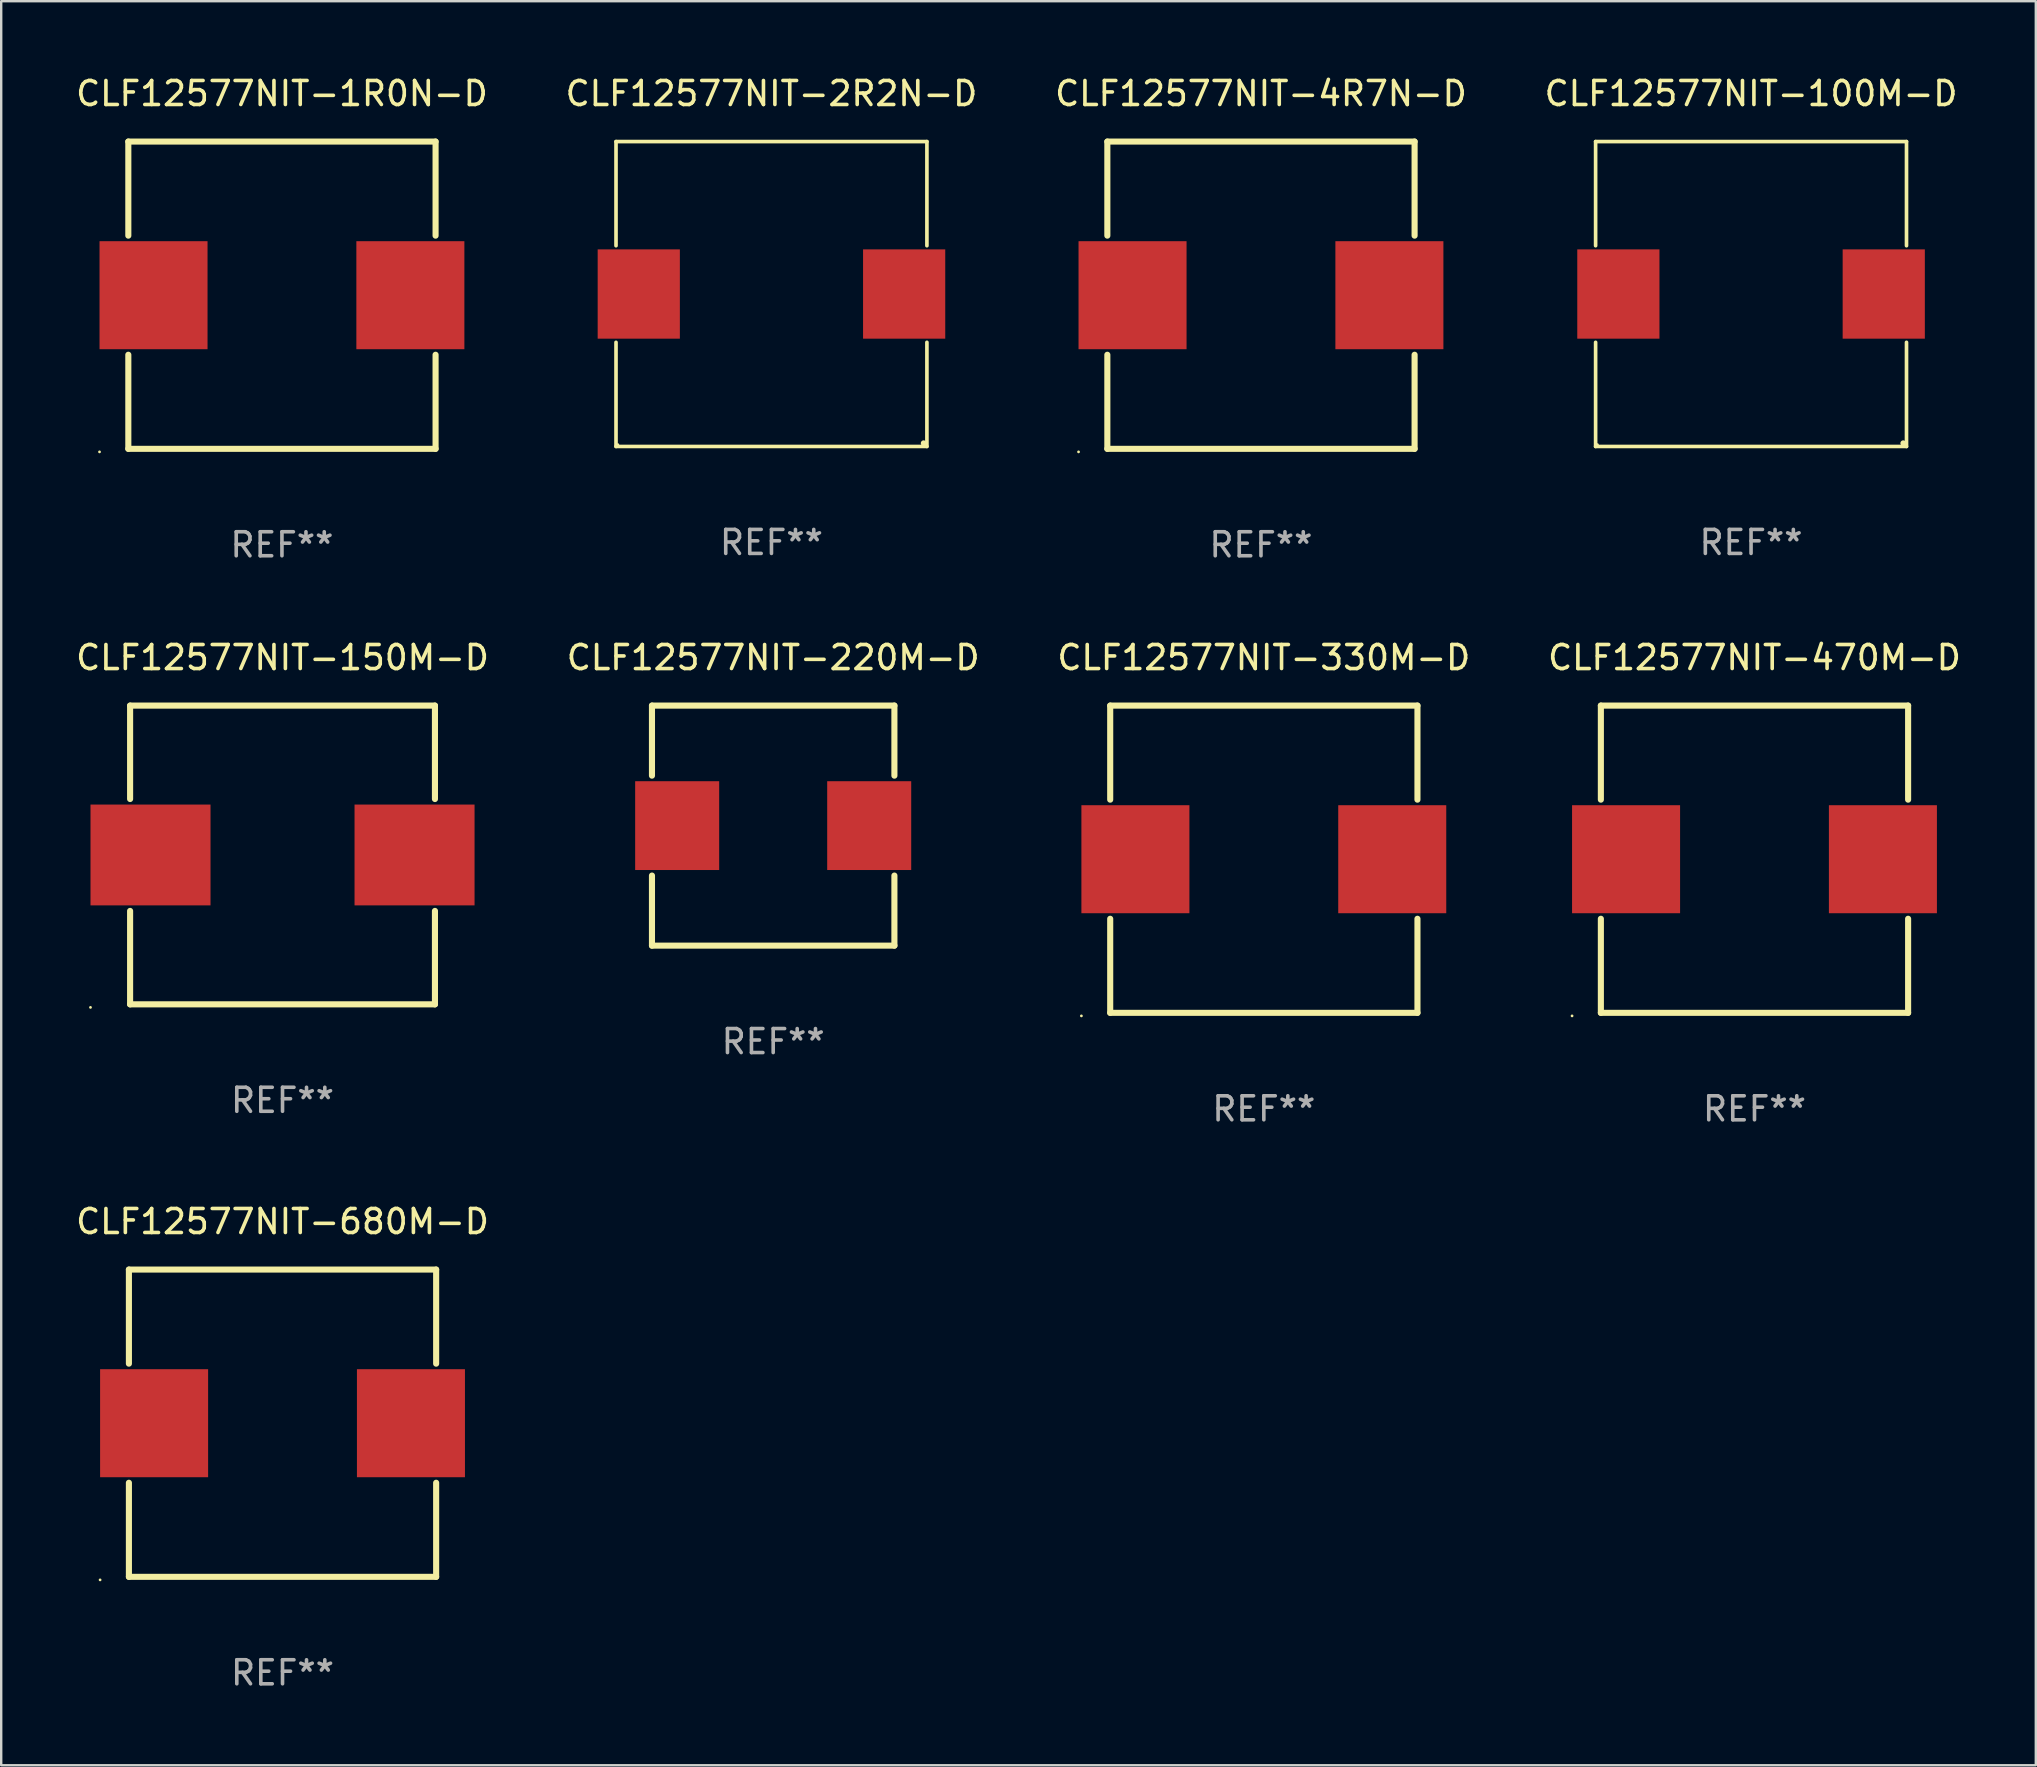
<source format=kicad_pcb>
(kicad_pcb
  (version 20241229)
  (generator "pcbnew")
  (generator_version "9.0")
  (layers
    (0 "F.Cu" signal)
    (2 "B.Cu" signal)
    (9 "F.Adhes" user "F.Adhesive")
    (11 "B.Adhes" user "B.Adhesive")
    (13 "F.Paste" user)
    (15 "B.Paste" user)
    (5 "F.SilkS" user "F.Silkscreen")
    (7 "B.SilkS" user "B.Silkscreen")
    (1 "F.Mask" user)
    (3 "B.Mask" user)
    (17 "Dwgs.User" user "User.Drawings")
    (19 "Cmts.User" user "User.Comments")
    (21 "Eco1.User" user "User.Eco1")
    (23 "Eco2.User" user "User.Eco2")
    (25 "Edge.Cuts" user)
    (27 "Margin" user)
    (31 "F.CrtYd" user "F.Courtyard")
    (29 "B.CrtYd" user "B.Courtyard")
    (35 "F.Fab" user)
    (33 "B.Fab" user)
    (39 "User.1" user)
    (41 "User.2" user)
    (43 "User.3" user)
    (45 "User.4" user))
  (footprint "CLF12577NIT-100M-D"
    (layer "F.Cu")
    (at 69.899 9.199)
    (property "Reference" "CLF12577NIT-100M-D" (at 0 -8.351 0) (layer "F.SilkS") (effects (font (size 1 1) (thickness 0.15))))
    (attr through_hole)
    (fp_line (start -6.476 -6.351) (end 6.476 -6.351) (stroke (width 0.152) (type solid)) (layer "F.SilkS"))
    (fp_line (start -6.476 -2.012) (end -6.476 -6.351) (stroke (width 0.152) (type solid)) (layer "F.SilkS"))
    (fp_line (start -6.476 2.012) (end -6.476 6.351) (stroke (width 0.152) (type solid)) (layer "F.SilkS"))
    (fp_line (start -6.476 6.351) (end 6.476 6.351) (stroke (width 0.152) (type solid)) (layer "F.SilkS"))
    (fp_line (start 6.476 -6.351) (end 6.476 -2.012) (stroke (width 0.152) (type solid)) (layer "F.SilkS"))
    (fp_line (start 6.476 6.351) (end 6.476 2.012) (stroke (width 0.152) (type solid)) (layer "F.SilkS"))
    (fp_circle (center -6.4 6.275) (end -6.37 6.275) (stroke (width 0.06) (type solid)) (fill no) (layer "F.SilkS"))
    (fp_circle (center 6.34 6.215) (end 6.4 6.215) (stroke (width 0.12) (type solid)) (fill no) (layer "F.SilkS"))
    (fp_text user "REF**" (at 0 10.351 0) (layer "F.Fab") (effects (font (size 1 1) (thickness 0.15))))
    (pad "1" smd rect (at 5.528 0) (size 3.424 3.72) (layers "F.Cu" "F.Mask" "F.Paste"))
    (pad "2" smd rect (at -5.528 0) (size 3.424 3.72) (layers "F.Cu" "F.Mask" "F.Paste")))
  (footprint "CLF12577NIT-2R2N-D"
    (layer "F.Cu")
    (at 29.089 9.199)
    (property "Reference" "CLF12577NIT-2R2N-D" (at 0 -8.351 0) (layer "F.SilkS") (effects (font (size 1 1) (thickness 0.15))))
    (attr through_hole)
    (fp_line (start -6.476 -6.351) (end 6.476 -6.351) (stroke (width 0.152) (type solid)) (layer "F.SilkS"))
    (fp_line (start -6.476 -2.012) (end -6.476 -6.351) (stroke (width 0.152) (type solid)) (layer "F.SilkS"))
    (fp_line (start -6.476 2.012) (end -6.476 6.351) (stroke (width 0.152) (type solid)) (layer "F.SilkS"))
    (fp_line (start -6.476 6.351) (end 6.476 6.351) (stroke (width 0.152) (type solid)) (layer "F.SilkS"))
    (fp_line (start 6.476 -6.351) (end 6.476 -2.012) (stroke (width 0.152) (type solid)) (layer "F.SilkS"))
    (fp_line (start 6.476 6.351) (end 6.476 2.012) (stroke (width 0.152) (type solid)) (layer "F.SilkS"))
    (fp_circle (center -6.4 6.275) (end -6.37 6.275) (stroke (width 0.06) (type solid)) (fill no) (layer "F.SilkS"))
    (fp_circle (center 6.34 6.215) (end 6.4 6.215) (stroke (width 0.12) (type solid)) (fill no) (layer "F.SilkS"))
    (fp_text user "REF**" (at 0 10.351 0) (layer "F.Fab") (effects (font (size 1 1) (thickness 0.15))))
    (pad "1" smd rect (at 5.528 0) (size 3.424 3.72) (layers "F.Cu" "F.Mask" "F.Paste"))
    (pad "2" smd rect (at -5.528 0) (size 3.424 3.72) (layers "F.Cu" "F.Mask" "F.Paste")))
  (footprint "CLF12577NIT-680M-D"
    (layer "F.Cu")
    (at 8.72 56.241)
    (property "Reference" "CLF12577NIT-680M-D" (at 0 -8.4 0) (layer "F.SilkS") (effects (font (size 1 1) (thickness 0.15))))
    (attr through_hole)
    (fp_line (start -6.4 -6.4) (end 6.4 -6.4) (stroke (width 0.254) (type solid)) (layer "F.SilkS"))
    (fp_line (start -6.4 -2.481) (end -6.4 -6.4) (stroke (width 0.254) (type solid)) (layer "F.SilkS"))
    (fp_line (start -6.4 6.4) (end -6.4 2.481) (stroke (width 0.254) (type solid)) (layer "F.SilkS"))
    (fp_line (start 6.4 -6.4) (end 6.4 -2.481) (stroke (width 0.254) (type solid)) (layer "F.SilkS"))
    (fp_line (start 6.4 2.481) (end 6.4 6.4) (stroke (width 0.254) (type solid)) (layer "F.SilkS"))
    (fp_line (start 6.4 6.4) (end -6.4 6.4) (stroke (width 0.254) (type solid)) (layer "F.SilkS"))
    (fp_circle (center -7.6 6.527) (end -7.57 6.527) (stroke (width 0.06) (type solid)) (fill no) (layer "F.SilkS"))
    (fp_text user "REF**" (at 0 10.4 0) (layer "F.Fab") (effects (font (size 1 1) (thickness 0.15))))
    (pad "1" smd rect (at -5.35 0) (size 4.5 4.5) (layers "F.Cu" "F.Mask" "F.Paste"))
    (pad "2" smd rect (at 5.35 0) (size 4.5 4.5) (layers "F.Cu" "F.Mask" "F.Paste")))
  (footprint "CLF12577NIT-4R7N-D"
    (layer "F.Cu")
    (at 49.482 9.248)
    (property "Reference" "CLF12577NIT-4R7N-D" (at 0 -8.4 0) (layer "F.SilkS") (effects (font (size 1 1) (thickness 0.15))))
    (attr through_hole)
    (fp_line (start -6.4 -6.4) (end 6.4 -6.4) (stroke (width 0.254) (type solid)) (layer "F.SilkS"))
    (fp_line (start -6.4 -2.481) (end -6.4 -6.4) (stroke (width 0.254) (type solid)) (layer "F.SilkS"))
    (fp_line (start -6.4 6.4) (end -6.4 2.481) (stroke (width 0.254) (type solid)) (layer "F.SilkS"))
    (fp_line (start 6.4 -6.4) (end 6.4 -2.481) (stroke (width 0.254) (type solid)) (layer "F.SilkS"))
    (fp_line (start 6.4 2.481) (end 6.4 6.4) (stroke (width 0.254) (type solid)) (layer "F.SilkS"))
    (fp_line (start 6.4 6.4) (end -6.4 6.4) (stroke (width 0.254) (type solid)) (layer "F.SilkS"))
    (fp_circle (center -7.6 6.527) (end -7.57 6.527) (stroke (width 0.06) (type solid)) (fill no) (layer "F.SilkS"))
    (fp_text user "REF**" (at 0 10.4 0) (layer "F.Fab") (effects (font (size 1 1) (thickness 0.15))))
    (pad "1" smd rect (at -5.35 0) (size 4.5 4.5) (layers "F.Cu" "F.Mask" "F.Paste"))
    (pad "2" smd rect (at 5.35 0) (size 4.5 4.5) (layers "F.Cu" "F.Mask" "F.Paste")))
  (footprint "CLF12577NIT-150M-D"
    (layer "F.Cu")
    (at 8.72 32.568)
    (property "Reference" "CLF12577NIT-150M-D" (at 0 -8.223 0) (layer "F.SilkS") (effects (font (size 1 1) (thickness 0.15))))
    (attr through_hole)
    (fp_line (start -6.35 -6.223) (end -6.35 -2.331) (stroke (width 0.254) (type solid)) (layer "F.SilkS"))
    (fp_line (start -6.35 -6.223) (end 6.35 -6.223) (stroke (width 0.254) (type solid)) (layer "F.SilkS"))
    (fp_line (start -6.35 2.331) (end -6.35 6.223) (stroke (width 0.254) (type solid)) (layer "F.SilkS"))
    (fp_line (start -6.35 6.223) (end 6.35 6.223) (stroke (width 0.254) (type solid)) (layer "F.SilkS"))
    (fp_line (start 6.35 -6.223) (end 6.35 -2.331) (stroke (width 0.254) (type solid)) (layer "F.SilkS"))
    (fp_line (start 6.35 6.223) (end 6.35 2.331) (stroke (width 0.254) (type solid)) (layer "F.SilkS"))
    (fp_circle (center -8 6.35) (end -7.97 6.35) (stroke (width 0.06) (type solid)) (fill no) (layer "F.SilkS"))
    (fp_text user "REF**" (at 0 10.223 0) (layer "F.Fab") (effects (font (size 1 1) (thickness 0.15))))
    (pad "1" smd rect (at -5.5 0) (size 5 4.2) (layers "F.Cu" "F.Mask" "F.Paste"))
    (pad "2" smd rect (at 5.5 0) (size 5 4.2) (layers "F.Cu" "F.Mask" "F.Paste")))
  (footprint "CLF12577NIT-1R0N-D"
    (layer "F.Cu")
    (at 8.696 9.248)
    (property "Reference" "CLF12577NIT-1R0N-D" (at 0 -8.4 0) (layer "F.SilkS") (effects (font (size 1 1) (thickness 0.15))))
    (attr through_hole)
    (fp_line (start -6.4 -6.4) (end 6.4 -6.4) (stroke (width 0.254) (type solid)) (layer "F.SilkS"))
    (fp_line (start -6.4 -2.481) (end -6.4 -6.4) (stroke (width 0.254) (type solid)) (layer "F.SilkS"))
    (fp_line (start -6.4 6.4) (end -6.4 2.481) (stroke (width 0.254) (type solid)) (layer "F.SilkS"))
    (fp_line (start 6.4 -6.4) (end 6.4 -2.481) (stroke (width 0.254) (type solid)) (layer "F.SilkS"))
    (fp_line (start 6.4 2.481) (end 6.4 6.4) (stroke (width 0.254) (type solid)) (layer "F.SilkS"))
    (fp_line (start 6.4 6.4) (end -6.4 6.4) (stroke (width 0.254) (type solid)) (layer "F.SilkS"))
    (fp_circle (center -7.6 6.527) (end -7.57 6.527) (stroke (width 0.06) (type solid)) (fill no) (layer "F.SilkS"))
    (fp_text user "REF**" (at 0 10.4 0) (layer "F.Fab") (effects (font (size 1 1) (thickness 0.15))))
    (pad "1" smd rect (at -5.35 0) (size 4.5 4.5) (layers "F.Cu" "F.Mask" "F.Paste"))
    (pad "2" smd rect (at 5.35 0) (size 4.5 4.5) (layers "F.Cu" "F.Mask" "F.Paste")))
  (footprint "CLF12577NIT-330M-D"
    (layer "F.Cu")
    (at 49.601 32.745)
    (property "Reference" "CLF12577NIT-330M-D" (at 0 -8.4 0) (layer "F.SilkS") (effects (font (size 1 1) (thickness 0.15))))
    (attr through_hole)
    (fp_line (start -6.4 -6.4) (end 6.4 -6.4) (stroke (width 0.254) (type solid)) (layer "F.SilkS"))
    (fp_line (start -6.4 -2.481) (end -6.4 -6.4) (stroke (width 0.254) (type solid)) (layer "F.SilkS"))
    (fp_line (start -6.4 6.4) (end -6.4 2.481) (stroke (width 0.254) (type solid)) (layer "F.SilkS"))
    (fp_line (start 6.4 -6.4) (end 6.4 -2.481) (stroke (width 0.254) (type solid)) (layer "F.SilkS"))
    (fp_line (start 6.4 2.481) (end 6.4 6.4) (stroke (width 0.254) (type solid)) (layer "F.SilkS"))
    (fp_line (start 6.4 6.4) (end -6.4 6.4) (stroke (width 0.254) (type solid)) (layer "F.SilkS"))
    (fp_circle (center -7.6 6.527) (end -7.57 6.527) (stroke (width 0.06) (type solid)) (fill no) (layer "F.SilkS"))
    (fp_text user "REF**" (at 0 10.4 0) (layer "F.Fab") (effects (font (size 1 1) (thickness 0.15))))
    (pad "1" smd rect (at -5.35 0) (size 4.5 4.5) (layers "F.Cu" "F.Mask" "F.Paste"))
    (pad "2" smd rect (at 5.35 0) (size 4.5 4.5) (layers "F.Cu" "F.Mask" "F.Paste")))
  (footprint "CLF12577NIT-220M-D"
    (layer "F.Cu")
    (at 29.161 31.345)
    (property "Reference" "CLF12577NIT-220M-D" (at 0 -7 0) (layer "F.SilkS") (effects (font (size 1 1) (thickness 0.15))))
    (attr through_hole)
    (fp_line (start -5.05 -5) (end 5.05 -5) (stroke (width 0.254) (type solid)) (layer "F.SilkS"))
    (fp_line (start -5.05 -2.081) (end -5.05 -5) (stroke (width 0.254) (type solid)) (layer "F.SilkS"))
    (fp_line (start -5.05 5) (end -5.05 2.081) (stroke (width 0.254) (type solid)) (layer "F.SilkS"))
    (fp_line (start 5.05 -5) (end 5.05 -2.081) (stroke (width 0.254) (type solid)) (layer "F.SilkS"))
    (fp_line (start 5.05 2.081) (end 5.05 5) (stroke (width 0.254) (type solid)) (layer "F.SilkS"))
    (fp_line (start 5.05 5) (end -5.05 5) (stroke (width 0.254) (type solid)) (layer "F.SilkS"))
    (fp_circle (center -5.05 5) (end -5.02 5) (stroke (width 0.06) (type solid)) (fill no) (layer "F.SilkS"))
    (fp_text user "REF**" (at 0 9 0) (layer "F.Fab") (effects (font (size 1 1) (thickness 0.15))))
    (pad "1" smd rect (at -4 0) (size 3.5 3.7) (layers "F.Cu" "F.Mask" "F.Paste"))
    (pad "2" smd rect (at 4 0) (size 3.5 3.7) (layers "F.Cu" "F.Mask" "F.Paste")))
  (footprint "CLF12577NIT-470M-D"
    (layer "F.Cu")
    (at 70.042 32.745)
    (property "Reference" "CLF12577NIT-470M-D" (at 0 -8.4 0) (layer "F.SilkS") (effects (font (size 1 1) (thickness 0.15))))
    (attr through_hole)
    (fp_line (start -6.4 -6.4) (end 6.4 -6.4) (stroke (width 0.254) (type solid)) (layer "F.SilkS"))
    (fp_line (start -6.4 -2.481) (end -6.4 -6.4) (stroke (width 0.254) (type solid)) (layer "F.SilkS"))
    (fp_line (start -6.4 6.4) (end -6.4 2.481) (stroke (width 0.254) (type solid)) (layer "F.SilkS"))
    (fp_line (start 6.4 -6.4) (end 6.4 -2.481) (stroke (width 0.254) (type solid)) (layer "F.SilkS"))
    (fp_line (start 6.4 2.481) (end 6.4 6.4) (stroke (width 0.254) (type solid)) (layer "F.SilkS"))
    (fp_line (start 6.4 6.4) (end -6.4 6.4) (stroke (width 0.254) (type solid)) (layer "F.SilkS"))
    (fp_circle (center -7.6 6.527) (end -7.57 6.527) (stroke (width 0.06) (type solid)) (fill no) (layer "F.SilkS"))
    (fp_text user "REF**" (at 0 10.4 0) (layer "F.Fab") (effects (font (size 1 1) (thickness 0.15))))
    (pad "1" smd rect (at -5.35 0) (size 4.5 4.5) (layers "F.Cu" "F.Mask" "F.Paste"))
    (pad "2" smd rect (at 5.35 0) (size 4.5 4.5) (layers "F.Cu" "F.Mask" "F.Paste")))
  (gr_rect
    (start -3 -3)
    (end 81.762 70.49)
    (stroke (width 0.1) (type default))
    (fill no)
    (layer "Edge.Cuts")))
</source>
